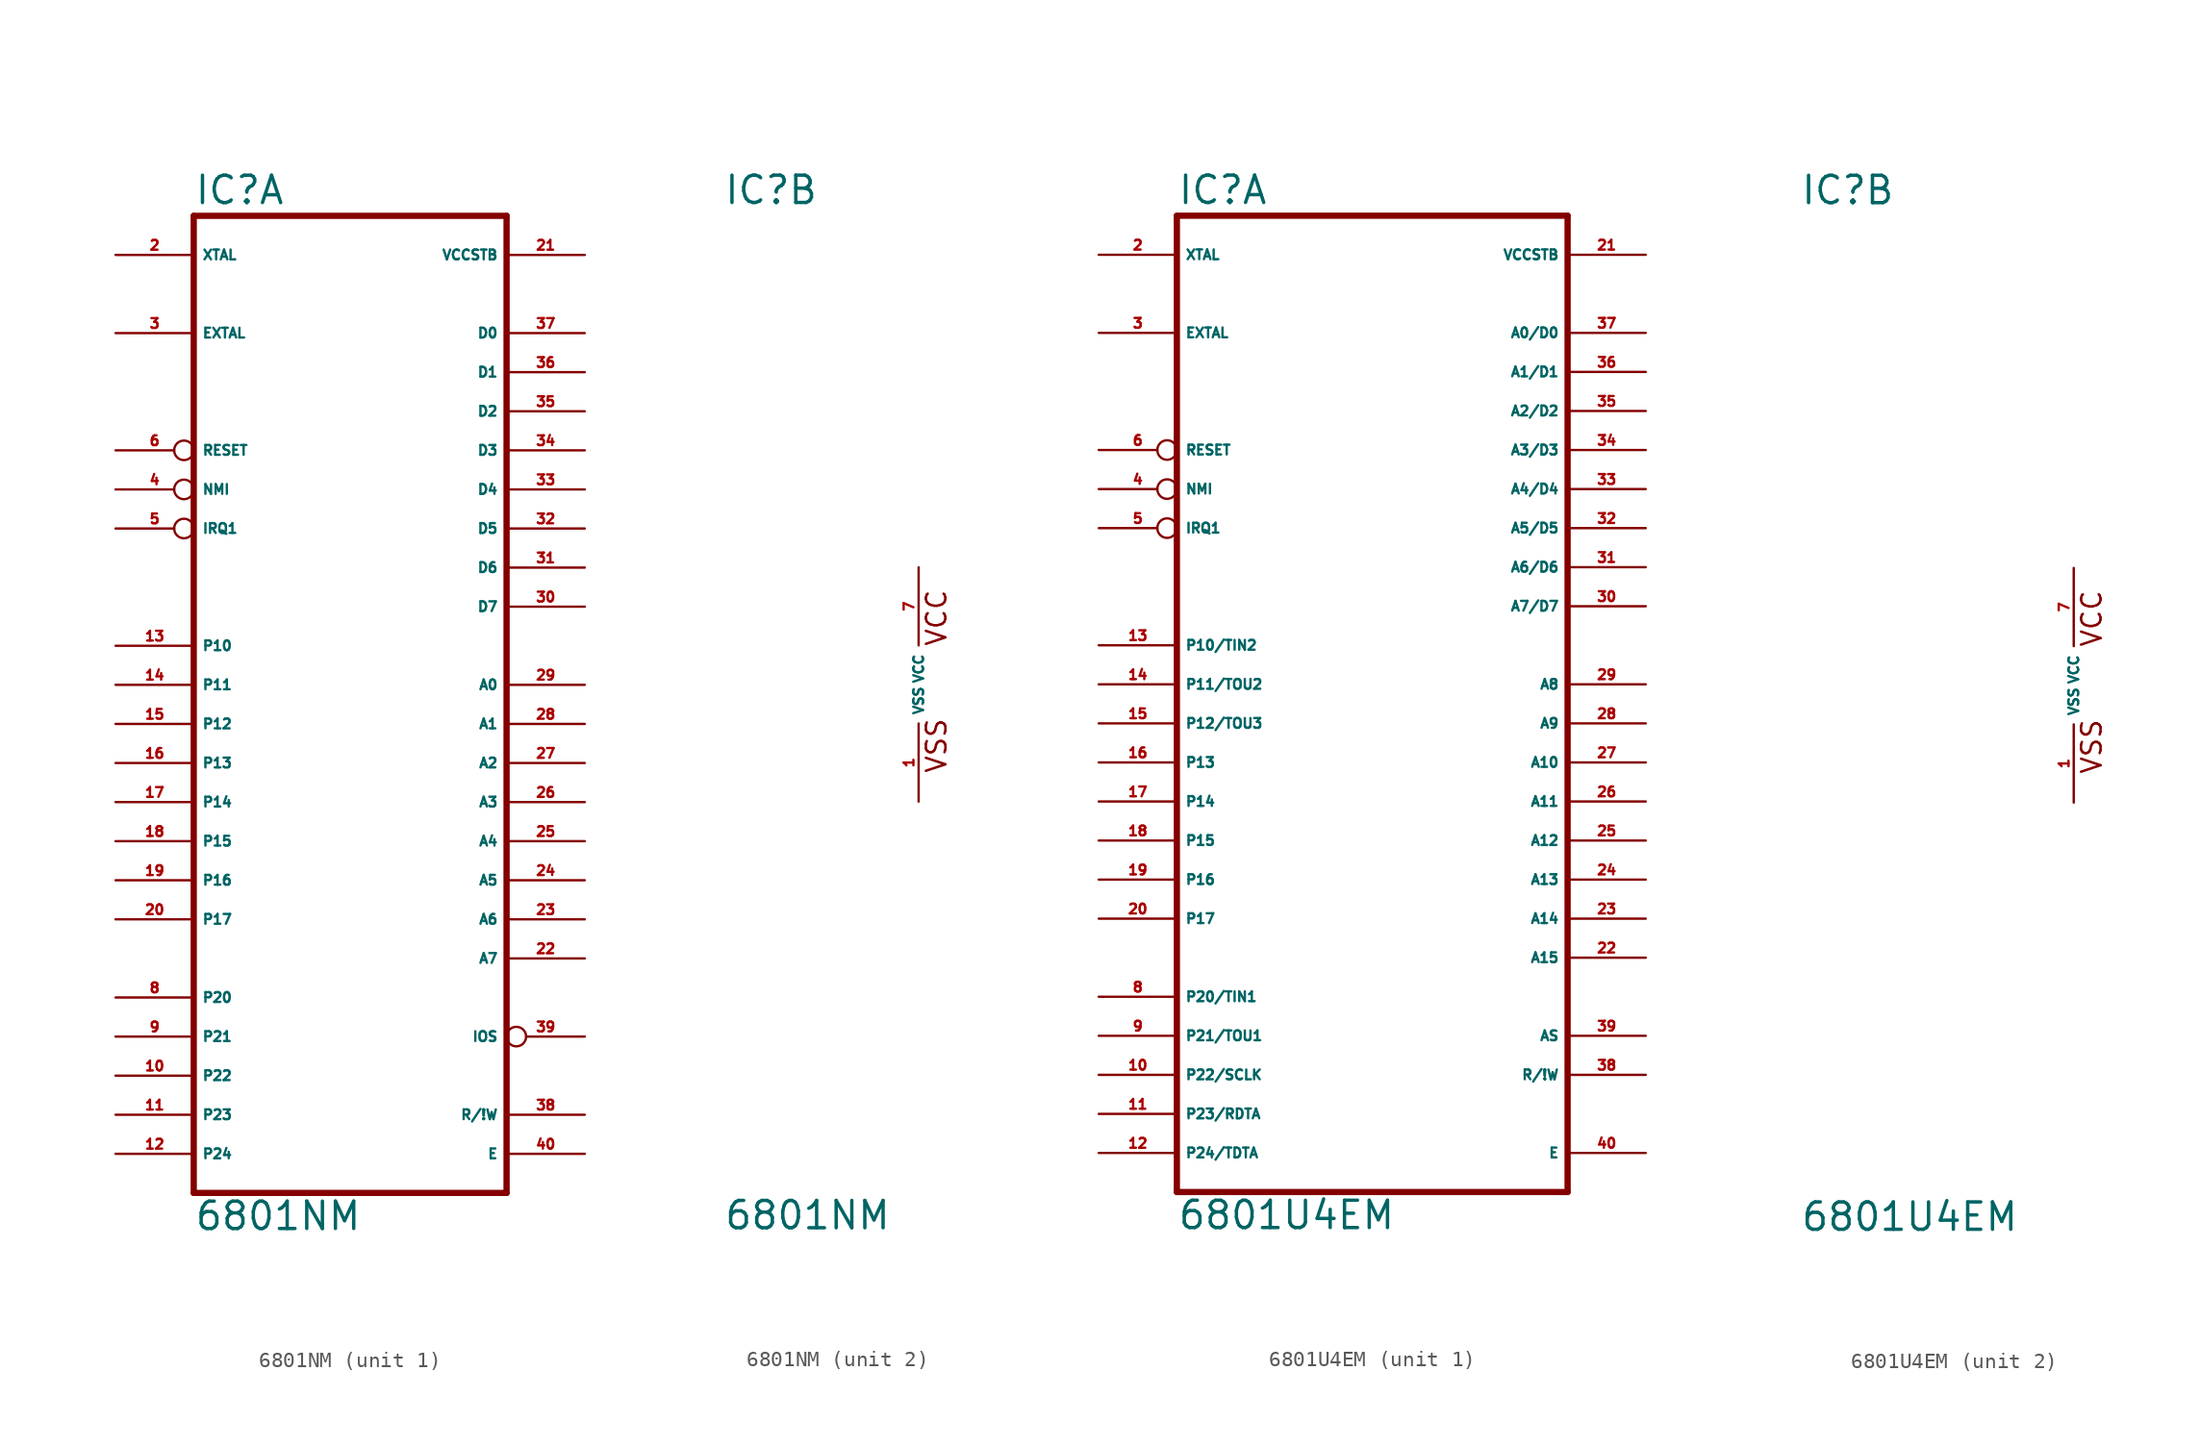
<source format=kicad_sym>
(kicad_symbol_lib
  (version 20220914)
  (generator Eagle2Kicad)
  (symbol "6801NM"
    (property "Reference" "IC"
      (at -12.7 31.115 0)
      (effects (font (size 1.778 1.778) (thickness 0.22)) (justify left bottom)))
    (property "Value" "6801NM"
      (at -12.7 -35.56 0)
      (effects (font (size 1.778 1.778) (thickness 0.22)) (justify left bottom)))
    (symbol "6801NM_1_0"
      (polyline (pts (xy -12.7 -33.02) (xy 7.62 -33.02)) (stroke (width 0.406) (type default)) (fill (type none)))
      (polyline (pts (xy 7.62 -33.02) (xy 7.62 30.48)) (stroke (width 0.406) (type default)) (fill (type none)))
      (polyline (pts (xy 7.62 30.48) (xy -12.7 30.48)) (stroke (width 0.406) (type default)) (fill (type none)))
      (polyline (pts (xy -12.7 30.48) (xy -12.7 -33.02)) (stroke (width 0.406) (type default)) (fill (type none)))
      (pin input line (at -17.78 27.94 0) (length 5.08) (name "XTAL" (effects (font (size 0.635 0.635) (thickness 0.08)) (justify left bottom))) (number "2" (effects (font (size 0.635 0.635) (thickness 0.08)) (justify left bottom))))
      (pin input line (at -17.78 22.86 0) (length 5.08) (name "EXTAL" (effects (font (size 0.635 0.635) (thickness 0.08)) (justify left bottom))) (number "3" (effects (font (size 0.635 0.635) (thickness 0.08)) (justify left bottom))))
      (pin input inverted (at -17.78 12.7 0) (length 5.08) (name "NMI" (effects (font (size 0.635 0.635) (thickness 0.08)) (justify left bottom))) (number "4" (effects (font (size 0.635 0.635) (thickness 0.08)) (justify left bottom))))
      (pin input inverted (at -17.78 10.16 0) (length 5.08) (name "IRQ1" (effects (font (size 0.635 0.635) (thickness 0.08)) (justify left bottom))) (number "5" (effects (font (size 0.635 0.635) (thickness 0.08)) (justify left bottom))))
      (pin input inverted (at -17.78 15.24 0) (length 5.08) (name "RESET" (effects (font (size 0.635 0.635) (thickness 0.08)) (justify left bottom))) (number "6" (effects (font (size 0.635 0.635) (thickness 0.08)) (justify left bottom))))
      (pin bidirectional line (at -17.78 -20.32 0) (length 5.08) (name "P20" (effects (font (size 0.635 0.635) (thickness 0.08)) (justify left bottom))) (number "8" (effects (font (size 0.635 0.635) (thickness 0.08)) (justify left bottom))))
      (pin bidirectional line (at -17.78 -22.86 0) (length 5.08) (name "P21" (effects (font (size 0.635 0.635) (thickness 0.08)) (justify left bottom))) (number "9" (effects (font (size 0.635 0.635) (thickness 0.08)) (justify left bottom))))
      (pin bidirectional line (at -17.78 -25.4 0) (length 5.08) (name "P22" (effects (font (size 0.635 0.635) (thickness 0.08)) (justify left bottom))) (number "10" (effects (font (size 0.635 0.635) (thickness 0.08)) (justify left bottom))))
      (pin bidirectional line (at -17.78 -27.94 0) (length 5.08) (name "P23" (effects (font (size 0.635 0.635) (thickness 0.08)) (justify left bottom))) (number "11" (effects (font (size 0.635 0.635) (thickness 0.08)) (justify left bottom))))
      (pin bidirectional line (at -17.78 -30.48 0) (length 5.08) (name "P24" (effects (font (size 0.635 0.635) (thickness 0.08)) (justify left bottom))) (number "12" (effects (font (size 0.635 0.635) (thickness 0.08)) (justify left bottom))))
      (pin bidirectional line (at -17.78 2.54 0) (length 5.08) (name "P10" (effects (font (size 0.635 0.635) (thickness 0.08)) (justify left bottom))) (number "13" (effects (font (size 0.635 0.635) (thickness 0.08)) (justify left bottom))))
      (pin bidirectional line (at -17.78 0 0) (length 5.08) (name "P11" (effects (font (size 0.635 0.635) (thickness 0.08)) (justify left bottom))) (number "14" (effects (font (size 0.635 0.635) (thickness 0.08)) (justify left bottom))))
      (pin bidirectional line (at -17.78 -2.54 0) (length 5.08) (name "P12" (effects (font (size 0.635 0.635) (thickness 0.08)) (justify left bottom))) (number "15" (effects (font (size 0.635 0.635) (thickness 0.08)) (justify left bottom))))
      (pin bidirectional line (at -17.78 -5.08 0) (length 5.08) (name "P13" (effects (font (size 0.635 0.635) (thickness 0.08)) (justify left bottom))) (number "16" (effects (font (size 0.635 0.635) (thickness 0.08)) (justify left bottom))))
      (pin bidirectional line (at -17.78 -7.62 0) (length 5.08) (name "P14" (effects (font (size 0.635 0.635) (thickness 0.08)) (justify left bottom))) (number "17" (effects (font (size 0.635 0.635) (thickness 0.08)) (justify left bottom))))
      (pin bidirectional line (at -17.78 -10.16 0) (length 5.08) (name "P15" (effects (font (size 0.635 0.635) (thickness 0.08)) (justify left bottom))) (number "18" (effects (font (size 0.635 0.635) (thickness 0.08)) (justify left bottom))))
      (pin bidirectional line (at -17.78 -12.7 0) (length 5.08) (name "P16" (effects (font (size 0.635 0.635) (thickness 0.08)) (justify left bottom))) (number "19" (effects (font (size 0.635 0.635) (thickness 0.08)) (justify left bottom))))
      (pin bidirectional line (at -17.78 -15.24 0) (length 5.08) (name "P17" (effects (font (size 0.635 0.635) (thickness 0.08)) (justify left bottom))) (number "20" (effects (font (size 0.635 0.635) (thickness 0.08)) (justify left bottom))))
      (pin input line (at 12.7 27.94 180) (length 5.08) (name "VCCSTB" (effects (font (size 0.635 0.635) (thickness 0.08)) (justify left bottom))) (number "21" (effects (font (size 0.635 0.635) (thickness 0.08)) (justify left bottom))))
      (pin bidirectional line (at 12.7 -17.78 180) (length 5.08) (name "A7" (effects (font (size 0.635 0.635) (thickness 0.08)) (justify left bottom))) (number "22" (effects (font (size 0.635 0.635) (thickness 0.08)) (justify left bottom))))
      (pin bidirectional line (at 12.7 -15.24 180) (length 5.08) (name "A6" (effects (font (size 0.635 0.635) (thickness 0.08)) (justify left bottom))) (number "23" (effects (font (size 0.635 0.635) (thickness 0.08)) (justify left bottom))))
      (pin bidirectional line (at 12.7 -12.7 180) (length 5.08) (name "A5" (effects (font (size 0.635 0.635) (thickness 0.08)) (justify left bottom))) (number "24" (effects (font (size 0.635 0.635) (thickness 0.08)) (justify left bottom))))
      (pin bidirectional line (at 12.7 -10.16 180) (length 5.08) (name "A4" (effects (font (size 0.635 0.635) (thickness 0.08)) (justify left bottom))) (number "25" (effects (font (size 0.635 0.635) (thickness 0.08)) (justify left bottom))))
      (pin bidirectional line (at 12.7 -7.62 180) (length 5.08) (name "A3" (effects (font (size 0.635 0.635) (thickness 0.08)) (justify left bottom))) (number "26" (effects (font (size 0.635 0.635) (thickness 0.08)) (justify left bottom))))
      (pin bidirectional line (at 12.7 -5.08 180) (length 5.08) (name "A2" (effects (font (size 0.635 0.635) (thickness 0.08)) (justify left bottom))) (number "27" (effects (font (size 0.635 0.635) (thickness 0.08)) (justify left bottom))))
      (pin bidirectional line (at 12.7 -2.54 180) (length 5.08) (name "A1" (effects (font (size 0.635 0.635) (thickness 0.08)) (justify left bottom))) (number "28" (effects (font (size 0.635 0.635) (thickness 0.08)) (justify left bottom))))
      (pin bidirectional line (at 12.7 0 180) (length 5.08) (name "A0" (effects (font (size 0.635 0.635) (thickness 0.08)) (justify left bottom))) (number "29" (effects (font (size 0.635 0.635) (thickness 0.08)) (justify left bottom))))
      (pin bidirectional line (at 12.7 5.08 180) (length 5.08) (name "D7" (effects (font (size 0.635 0.635) (thickness 0.08)) (justify left bottom))) (number "30" (effects (font (size 0.635 0.635) (thickness 0.08)) (justify left bottom))))
      (pin bidirectional line (at 12.7 7.62 180) (length 5.08) (name "D6" (effects (font (size 0.635 0.635) (thickness 0.08)) (justify left bottom))) (number "31" (effects (font (size 0.635 0.635) (thickness 0.08)) (justify left bottom))))
      (pin bidirectional line (at 12.7 10.16 180) (length 5.08) (name "D5" (effects (font (size 0.635 0.635) (thickness 0.08)) (justify left bottom))) (number "32" (effects (font (size 0.635 0.635) (thickness 0.08)) (justify left bottom))))
      (pin bidirectional line (at 12.7 12.7 180) (length 5.08) (name "D4" (effects (font (size 0.635 0.635) (thickness 0.08)) (justify left bottom))) (number "33" (effects (font (size 0.635 0.635) (thickness 0.08)) (justify left bottom))))
      (pin bidirectional line (at 12.7 15.24 180) (length 5.08) (name "D3" (effects (font (size 0.635 0.635) (thickness 0.08)) (justify left bottom))) (number "34" (effects (font (size 0.635 0.635) (thickness 0.08)) (justify left bottom))))
      (pin bidirectional line (at 12.7 17.78 180) (length 5.08) (name "D2" (effects (font (size 0.635 0.635) (thickness 0.08)) (justify left bottom))) (number "35" (effects (font (size 0.635 0.635) (thickness 0.08)) (justify left bottom))))
      (pin bidirectional line (at 12.7 20.32 180) (length 5.08) (name "D1" (effects (font (size 0.635 0.635) (thickness 0.08)) (justify left bottom))) (number "36" (effects (font (size 0.635 0.635) (thickness 0.08)) (justify left bottom))))
      (pin bidirectional line (at 12.7 22.86 180) (length 5.08) (name "D0" (effects (font (size 0.635 0.635) (thickness 0.08)) (justify left bottom))) (number "37" (effects (font (size 0.635 0.635) (thickness 0.08)) (justify left bottom))))
      (pin output line (at 12.7 -27.94 180) (length 5.08) (name "R/!W" (effects (font (size 0.635 0.635) (thickness 0.08)) (justify left bottom))) (number "38" (effects (font (size 0.635 0.635) (thickness 0.08)) (justify left bottom))))
      (pin bidirectional inverted (at 12.7 -22.86 180) (length 5.08) (name "IOS" (effects (font (size 0.635 0.635) (thickness 0.08)) (justify left bottom))) (number "39" (effects (font (size 0.635 0.635) (thickness 0.08)) (justify left bottom))))
      (pin output line (at 12.7 -30.48 180) (length 5.08) (name "E" (effects (font (size 0.635 0.635) (thickness 0.08)) (justify left bottom))) (number "40" (effects (font (size 0.635 0.635) (thickness 0.08)) (justify left bottom)))))
    (symbol "6801NM_2_0"
      (text "VSS" (at 1.905 -5.842 900) (effects (font (size 1.27 1.27) (thickness 0.16)) (justify left bottom)))
      (text "VCC" (at 1.905 2.413 900) (effects (font (size 1.27 1.27) (thickness 0.16)) (justify left bottom)))
      (pin unspecified line (at 0 -7.62 90) (length 5.08) (name "VSS" (effects (font (size 0.635 0.635) (thickness 0.08)) (justify left bottom))) (number "1" (effects (font (size 0.635 0.635) (thickness 0.08)) (justify left bottom))))
      (pin unspecified line (at 0 7.62 270) (length 5.08) (name "VCC" (effects (font (size 0.635 0.635) (thickness 0.08)) (justify left bottom))) (number "7" (effects (font (size 0.635 0.635) (thickness 0.08)) (justify left bottom))))))
  (symbol "6801U4EM"
    (property "Reference" "IC"
      (at -17.78 31.115 0)
      (effects (font (size 1.778 1.778) (thickness 0.22)) (justify left bottom)))
    (property "Value" "6801U4EM"
      (at -17.78 -35.56 0)
      (effects (font (size 1.778 1.778) (thickness 0.22)) (justify left bottom)))
    (symbol "6801U4EM_1_0"
      (polyline (pts (xy -17.78 -33.02) (xy 7.62 -33.02)) (stroke (width 0.406) (type default)) (fill (type none)))
      (polyline (pts (xy 7.62 -33.02) (xy 7.62 30.48)) (stroke (width 0.406) (type default)) (fill (type none)))
      (polyline (pts (xy 7.62 30.48) (xy -17.78 30.48)) (stroke (width 0.406) (type default)) (fill (type none)))
      (polyline (pts (xy -17.78 30.48) (xy -17.78 -33.02)) (stroke (width 0.406) (type default)) (fill (type none)))
      (pin input line (at -22.86 27.94 0) (length 5.08) (name "XTAL" (effects (font (size 0.635 0.635) (thickness 0.08)) (justify left bottom))) (number "2" (effects (font (size 0.635 0.635) (thickness 0.08)) (justify left bottom))))
      (pin input line (at -22.86 22.86 0) (length 5.08) (name "EXTAL" (effects (font (size 0.635 0.635) (thickness 0.08)) (justify left bottom))) (number "3" (effects (font (size 0.635 0.635) (thickness 0.08)) (justify left bottom))))
      (pin input inverted (at -22.86 12.7 0) (length 5.08) (name "NMI" (effects (font (size 0.635 0.635) (thickness 0.08)) (justify left bottom))) (number "4" (effects (font (size 0.635 0.635) (thickness 0.08)) (justify left bottom))))
      (pin input inverted (at -22.86 10.16 0) (length 5.08) (name "IRQ1" (effects (font (size 0.635 0.635) (thickness 0.08)) (justify left bottom))) (number "5" (effects (font (size 0.635 0.635) (thickness 0.08)) (justify left bottom))))
      (pin input inverted (at -22.86 15.24 0) (length 5.08) (name "RESET" (effects (font (size 0.635 0.635) (thickness 0.08)) (justify left bottom))) (number "6" (effects (font (size 0.635 0.635) (thickness 0.08)) (justify left bottom))))
      (pin bidirectional line (at -22.86 -20.32 0) (length 5.08) (name "P20/TIN1" (effects (font (size 0.635 0.635) (thickness 0.08)) (justify left bottom))) (number "8" (effects (font (size 0.635 0.635) (thickness 0.08)) (justify left bottom))))
      (pin bidirectional line (at -22.86 -22.86 0) (length 5.08) (name "P21/TOU1" (effects (font (size 0.635 0.635) (thickness 0.08)) (justify left bottom))) (number "9" (effects (font (size 0.635 0.635) (thickness 0.08)) (justify left bottom))))
      (pin bidirectional line (at -22.86 -25.4 0) (length 5.08) (name "P22/SCLK" (effects (font (size 0.635 0.635) (thickness 0.08)) (justify left bottom))) (number "10" (effects (font (size 0.635 0.635) (thickness 0.08)) (justify left bottom))))
      (pin bidirectional line (at -22.86 -27.94 0) (length 5.08) (name "P23/RDTA" (effects (font (size 0.635 0.635) (thickness 0.08)) (justify left bottom))) (number "11" (effects (font (size 0.635 0.635) (thickness 0.08)) (justify left bottom))))
      (pin bidirectional line (at -22.86 -30.48 0) (length 5.08) (name "P24/TDTA" (effects (font (size 0.635 0.635) (thickness 0.08)) (justify left bottom))) (number "12" (effects (font (size 0.635 0.635) (thickness 0.08)) (justify left bottom))))
      (pin bidirectional line (at -22.86 2.54 0) (length 5.08) (name "P10/TIN2" (effects (font (size 0.635 0.635) (thickness 0.08)) (justify left bottom))) (number "13" (effects (font (size 0.635 0.635) (thickness 0.08)) (justify left bottom))))
      (pin bidirectional line (at -22.86 0 0) (length 5.08) (name "P11/TOU2" (effects (font (size 0.635 0.635) (thickness 0.08)) (justify left bottom))) (number "14" (effects (font (size 0.635 0.635) (thickness 0.08)) (justify left bottom))))
      (pin bidirectional line (at -22.86 -2.54 0) (length 5.08) (name "P12/TOU3" (effects (font (size 0.635 0.635) (thickness 0.08)) (justify left bottom))) (number "15" (effects (font (size 0.635 0.635) (thickness 0.08)) (justify left bottom))))
      (pin bidirectional line (at -22.86 -5.08 0) (length 5.08) (name "P13" (effects (font (size 0.635 0.635) (thickness 0.08)) (justify left bottom))) (number "16" (effects (font (size 0.635 0.635) (thickness 0.08)) (justify left bottom))))
      (pin bidirectional line (at -22.86 -7.62 0) (length 5.08) (name "P14" (effects (font (size 0.635 0.635) (thickness 0.08)) (justify left bottom))) (number "17" (effects (font (size 0.635 0.635) (thickness 0.08)) (justify left bottom))))
      (pin bidirectional line (at -22.86 -10.16 0) (length 5.08) (name "P15" (effects (font (size 0.635 0.635) (thickness 0.08)) (justify left bottom))) (number "18" (effects (font (size 0.635 0.635) (thickness 0.08)) (justify left bottom))))
      (pin bidirectional line (at -22.86 -12.7 0) (length 5.08) (name "P16" (effects (font (size 0.635 0.635) (thickness 0.08)) (justify left bottom))) (number "19" (effects (font (size 0.635 0.635) (thickness 0.08)) (justify left bottom))))
      (pin bidirectional line (at -22.86 -15.24 0) (length 5.08) (name "P17" (effects (font (size 0.635 0.635) (thickness 0.08)) (justify left bottom))) (number "20" (effects (font (size 0.635 0.635) (thickness 0.08)) (justify left bottom))))
      (pin input line (at 12.7 27.94 180) (length 5.08) (name "VCCSTB" (effects (font (size 0.635 0.635) (thickness 0.08)) (justify left bottom))) (number "21" (effects (font (size 0.635 0.635) (thickness 0.08)) (justify left bottom))))
      (pin bidirectional line (at 12.7 -17.78 180) (length 5.08) (name "A15" (effects (font (size 0.635 0.635) (thickness 0.08)) (justify left bottom))) (number "22" (effects (font (size 0.635 0.635) (thickness 0.08)) (justify left bottom))))
      (pin bidirectional line (at 12.7 -15.24 180) (length 5.08) (name "A14" (effects (font (size 0.635 0.635) (thickness 0.08)) (justify left bottom))) (number "23" (effects (font (size 0.635 0.635) (thickness 0.08)) (justify left bottom))))
      (pin bidirectional line (at 12.7 -12.7 180) (length 5.08) (name "A13" (effects (font (size 0.635 0.635) (thickness 0.08)) (justify left bottom))) (number "24" (effects (font (size 0.635 0.635) (thickness 0.08)) (justify left bottom))))
      (pin bidirectional line (at 12.7 -10.16 180) (length 5.08) (name "A12" (effects (font (size 0.635 0.635) (thickness 0.08)) (justify left bottom))) (number "25" (effects (font (size 0.635 0.635) (thickness 0.08)) (justify left bottom))))
      (pin bidirectional line (at 12.7 -7.62 180) (length 5.08) (name "A11" (effects (font (size 0.635 0.635) (thickness 0.08)) (justify left bottom))) (number "26" (effects (font (size 0.635 0.635) (thickness 0.08)) (justify left bottom))))
      (pin bidirectional line (at 12.7 -5.08 180) (length 5.08) (name "A10" (effects (font (size 0.635 0.635) (thickness 0.08)) (justify left bottom))) (number "27" (effects (font (size 0.635 0.635) (thickness 0.08)) (justify left bottom))))
      (pin bidirectional line (at 12.7 -2.54 180) (length 5.08) (name "A9" (effects (font (size 0.635 0.635) (thickness 0.08)) (justify left bottom))) (number "28" (effects (font (size 0.635 0.635) (thickness 0.08)) (justify left bottom))))
      (pin bidirectional line (at 12.7 0 180) (length 5.08) (name "A8" (effects (font (size 0.635 0.635) (thickness 0.08)) (justify left bottom))) (number "29" (effects (font (size 0.635 0.635) (thickness 0.08)) (justify left bottom))))
      (pin bidirectional line (at 12.7 5.08 180) (length 5.08) (name "A7/D7" (effects (font (size 0.635 0.635) (thickness 0.08)) (justify left bottom))) (number "30" (effects (font (size 0.635 0.635) (thickness 0.08)) (justify left bottom))))
      (pin bidirectional line (at 12.7 7.62 180) (length 5.08) (name "A6/D6" (effects (font (size 0.635 0.635) (thickness 0.08)) (justify left bottom))) (number "31" (effects (font (size 0.635 0.635) (thickness 0.08)) (justify left bottom))))
      (pin bidirectional line (at 12.7 10.16 180) (length 5.08) (name "A5/D5" (effects (font (size 0.635 0.635) (thickness 0.08)) (justify left bottom))) (number "32" (effects (font (size 0.635 0.635) (thickness 0.08)) (justify left bottom))))
      (pin bidirectional line (at 12.7 12.7 180) (length 5.08) (name "A4/D4" (effects (font (size 0.635 0.635) (thickness 0.08)) (justify left bottom))) (number "33" (effects (font (size 0.635 0.635) (thickness 0.08)) (justify left bottom))))
      (pin bidirectional line (at 12.7 15.24 180) (length 5.08) (name "A3/D3" (effects (font (size 0.635 0.635) (thickness 0.08)) (justify left bottom))) (number "34" (effects (font (size 0.635 0.635) (thickness 0.08)) (justify left bottom))))
      (pin bidirectional line (at 12.7 17.78 180) (length 5.08) (name "A2/D2" (effects (font (size 0.635 0.635) (thickness 0.08)) (justify left bottom))) (number "35" (effects (font (size 0.635 0.635) (thickness 0.08)) (justify left bottom))))
      (pin bidirectional line (at 12.7 20.32 180) (length 5.08) (name "A1/D1" (effects (font (size 0.635 0.635) (thickness 0.08)) (justify left bottom))) (number "36" (effects (font (size 0.635 0.635) (thickness 0.08)) (justify left bottom))))
      (pin bidirectional line (at 12.7 22.86 180) (length 5.08) (name "A0/D0" (effects (font (size 0.635 0.635) (thickness 0.08)) (justify left bottom))) (number "37" (effects (font (size 0.635 0.635) (thickness 0.08)) (justify left bottom))))
      (pin output line (at 12.7 -25.4 180) (length 5.08) (name "R/!W" (effects (font (size 0.635 0.635) (thickness 0.08)) (justify left bottom))) (number "38" (effects (font (size 0.635 0.635) (thickness 0.08)) (justify left bottom))))
      (pin bidirectional line (at 12.7 -22.86 180) (length 5.08) (name "AS" (effects (font (size 0.635 0.635) (thickness 0.08)) (justify left bottom))) (number "39" (effects (font (size 0.635 0.635) (thickness 0.08)) (justify left bottom))))
      (pin output line (at 12.7 -30.48 180) (length 5.08) (name "E" (effects (font (size 0.635 0.635) (thickness 0.08)) (justify left bottom))) (number "40" (effects (font (size 0.635 0.635) (thickness 0.08)) (justify left bottom)))))
    (symbol "6801U4EM_2_0"
      (text "VSS" (at 1.905 -5.842 900) (effects (font (size 1.27 1.27) (thickness 0.16)) (justify left bottom)))
      (text "VCC" (at 1.905 2.413 900) (effects (font (size 1.27 1.27) (thickness 0.16)) (justify left bottom)))
      (pin unspecified line (at 0 -7.62 90) (length 5.08) (name "VSS" (effects (font (size 0.635 0.635) (thickness 0.08)) (justify left bottom))) (number "1" (effects (font (size 0.635 0.635) (thickness 0.08)) (justify left bottom))))
      (pin unspecified line (at 0 7.62 270) (length 5.08) (name "VCC" (effects (font (size 0.635 0.635) (thickness 0.08)) (justify left bottom))) (number "7" (effects (font (size 0.635 0.635) (thickness 0.08)) (justify left bottom)))))))
</source>
